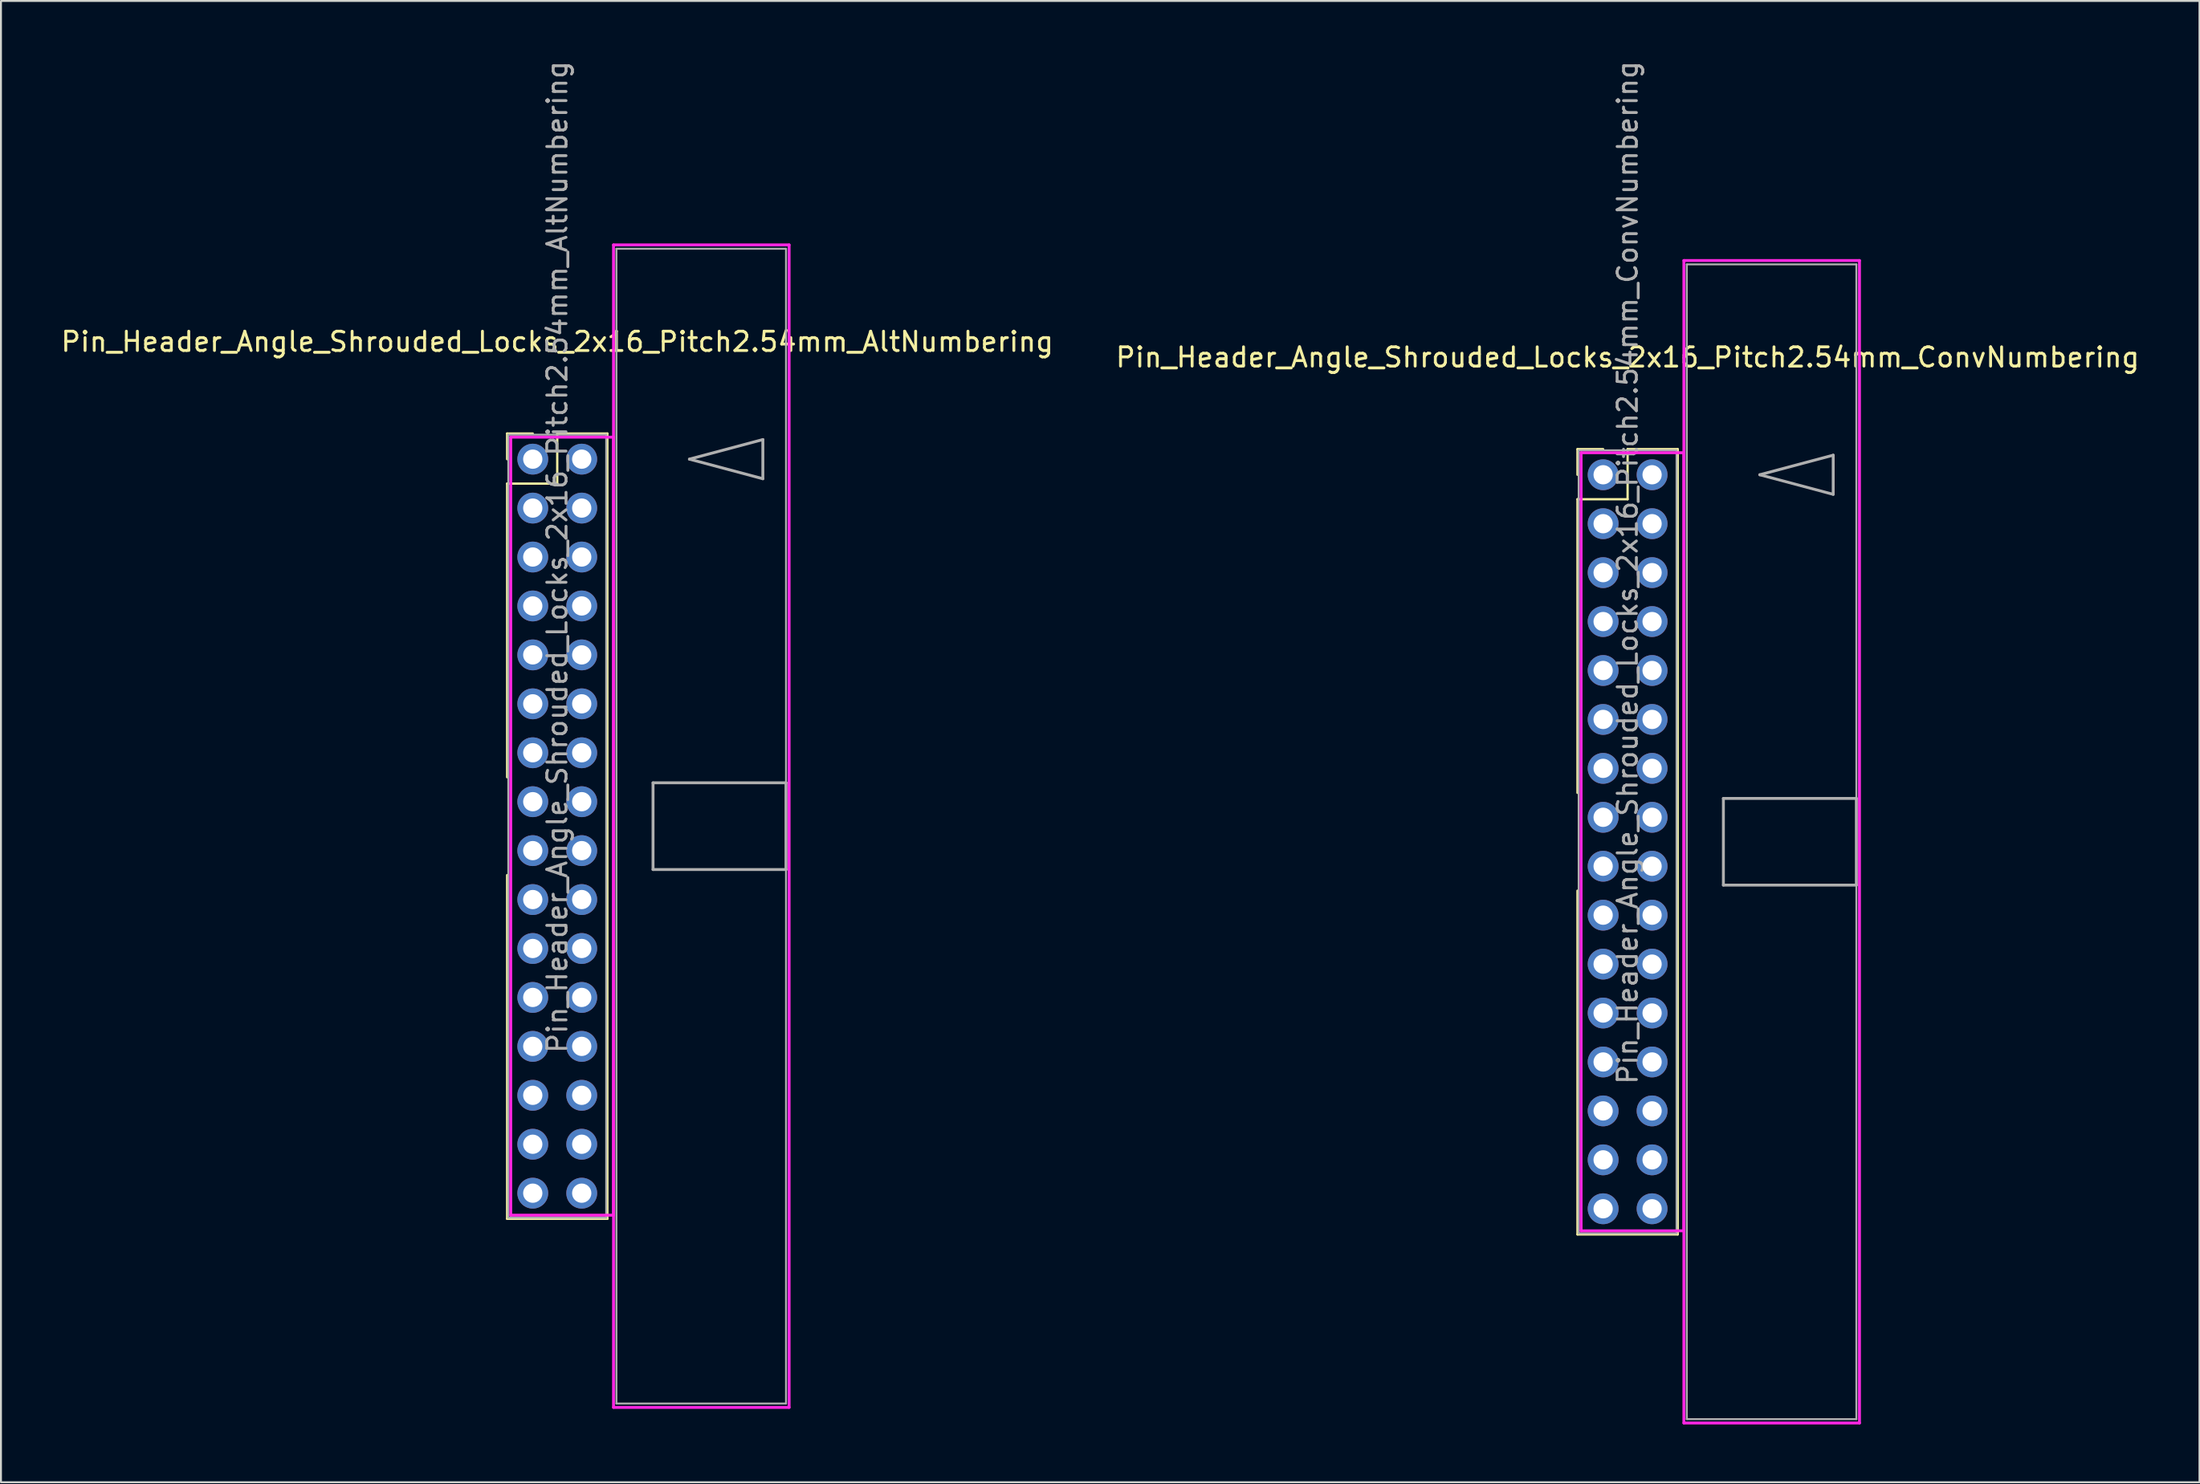
<source format=kicad_pcb>
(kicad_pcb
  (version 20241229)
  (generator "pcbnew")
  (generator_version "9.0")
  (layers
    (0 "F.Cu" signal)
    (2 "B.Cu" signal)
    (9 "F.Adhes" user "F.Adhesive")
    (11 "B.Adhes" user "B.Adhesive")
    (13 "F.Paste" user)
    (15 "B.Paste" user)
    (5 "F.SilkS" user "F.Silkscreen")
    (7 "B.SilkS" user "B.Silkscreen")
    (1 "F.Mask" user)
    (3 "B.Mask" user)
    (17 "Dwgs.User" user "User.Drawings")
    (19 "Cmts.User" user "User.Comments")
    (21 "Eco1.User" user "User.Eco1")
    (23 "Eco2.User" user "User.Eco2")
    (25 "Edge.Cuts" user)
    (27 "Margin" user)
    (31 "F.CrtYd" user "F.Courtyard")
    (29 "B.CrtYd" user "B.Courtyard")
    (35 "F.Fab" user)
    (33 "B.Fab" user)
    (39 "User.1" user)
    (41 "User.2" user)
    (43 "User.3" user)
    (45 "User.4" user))
  (footprint "Pin_Header_Angle_Shrouded_Locks_2x16_Pitch2.54mm_ConvNumbering"
    (layer "F.Cu")
    (at 80.129 21.593)
    (property "Reference" "Pin_Header_Angle_Shrouded_Locks_2x16_Pitch2.54mm_ConvNumbering" (at 1.27 -6.096 0) (layer "F.SilkS") (effects (font (size 1 1) (thickness 0.15))))
    (attr through_hole)
    (fp_line (start -1.33 -1.33) (end 0 -1.33) (stroke (width 0.12) (type solid)) (layer "F.SilkS"))
    (fp_line (start -1.33 0) (end -1.33 -1.33) (stroke (width 0.12) (type solid)) (layer "F.SilkS"))
    (fp_line (start -1.33 1.27) (end -1.33 16.51) (stroke (width 0.12) (type solid)) (layer "F.SilkS"))
    (fp_line (start -1.33 1.27) (end 1.27 1.27) (stroke (width 0.12) (type solid)) (layer "F.SilkS"))
    (fp_line (start -1.33 21.59) (end -1.33 39.43) (stroke (width 0.12) (type solid)) (layer "F.SilkS"))
    (fp_line (start -1.33 39.43) (end 3.87 39.43) (stroke (width 0.12) (type solid)) (layer "F.SilkS"))
    (fp_line (start 1.27 -1.33) (end 3.87 -1.33) (stroke (width 0.12) (type solid)) (layer "F.SilkS"))
    (fp_line (start 1.27 1.27) (end 1.27 -1.33) (stroke (width 0.12) (type solid)) (layer "F.SilkS"))
    (fp_line (start 3.87 -1.33) (end 3.87 39.43) (stroke (width 0.12) (type solid)) (layer "F.SilkS"))
    (fp_line (start -1.143 -1.143) (end -1.143 39.243) (stroke (width 0.15) (type solid)) (layer "F.CrtYd"))
    (fp_line (start -1.143 39.243) (end 4.19 39.243) (stroke (width 0.15) (type solid)) (layer "F.CrtYd"))
    (fp_line (start 4.19 -11.12) (end 4.19 49.22) (stroke (width 0.15) (type solid)) (layer "F.CrtYd"))
    (fp_line (start 4.19 -1.143) (end -1.143 -1.143) (stroke (width 0.15) (type solid)) (layer "F.CrtYd"))
    (fp_line (start 4.19 39.243) (end 4.19 -1.143) (stroke (width 0.15) (type solid)) (layer "F.CrtYd"))
    (fp_line (start 4.19 49.22) (end 13.3 49.22) (stroke (width 0.15) (type solid)) (layer "F.CrtYd"))
    (fp_line (start 13.3 -11.12) (end 4.19 -11.12) (stroke (width 0.15) (type solid)) (layer "F.CrtYd"))
    (fp_line (start 13.3 49.22) (end 13.3 -11.12) (stroke (width 0.15) (type solid)) (layer "F.CrtYd"))
    (fp_line (start -1.27 -1.27) (end -1.27 39.37) (stroke (width 0.1) (type solid)) (layer "F.Fab"))
    (fp_line (start -1.27 39.37) (end 3.81 39.37) (stroke (width 0.1) (type solid)) (layer "F.Fab"))
    (fp_line (start 3.81 -1.27) (end -1.27 -1.27) (stroke (width 0.1) (type solid)) (layer "F.Fab"))
    (fp_line (start 3.81 39.37) (end 3.81 -1.27) (stroke (width 0.1) (type solid)) (layer "F.Fab"))
    (fp_line (start 4.34 -10.92) (end 4.34 49.02) (stroke (width 0.1) (type solid)) (layer "F.Fab"))
    (fp_line (start 4.34 49.02) (end 13.14 49.02) (stroke (width 0.1) (type solid)) (layer "F.Fab"))
    (fp_line (start 6.24 16.8) (end 6.24 21.3) (stroke (width 0.15) (type solid)) (layer "F.Fab"))
    (fp_line (start 6.24 21.3) (end 13.14 21.3) (stroke (width 0.15) (type solid)) (layer "F.Fab"))
    (fp_line (start 8.128 0) (end 11.938 -1.016) (stroke (width 0.15) (type solid)) (layer "F.Fab"))
    (fp_line (start 11.938 -1.016) (end 11.938 1.016) (stroke (width 0.15) (type solid)) (layer "F.Fab"))
    (fp_line (start 11.938 1.016) (end 8.128 0) (stroke (width 0.15) (type solid)) (layer "F.Fab"))
    (fp_line (start 13.14 -10.92) (end 4.34 -10.92) (stroke (width 0.1) (type solid)) (layer "F.Fab"))
    (fp_line (start 13.14 16.8) (end 6.24 16.8) (stroke (width 0.15) (type solid)) (layer "F.Fab"))
    (fp_line (start 13.14 21.3) (end 13.14 16.8) (stroke (width 0.15) (type solid)) (layer "F.Fab"))
    (fp_line (start 13.14 49.02) (end 13.14 -10.92) (stroke (width 0.1) (type solid)) (layer "F.Fab"))
    (fp_text user "${REFERENCE}" (at 1.27 5.08 90) (layer "F.Fab") (effects (font (size 1 1) (thickness 0.15))))
    (pad "1" thru_hole oval (at 0 0) (size 1.6 1.6) (drill 1) (layers "*.Cu" "*.Mask"))
    (pad "2" thru_hole oval (at 2.54 0) (size 1.6 1.6) (drill 1) (layers "*.Cu" "*.Mask"))
    (pad "3" thru_hole oval (at 0 2.54) (size 1.6 1.6) (drill 1) (layers "*.Cu" "*.Mask"))
    (pad "4" thru_hole oval (at 2.54 2.54) (size 1.6 1.6) (drill 1) (layers "*.Cu" "*.Mask"))
    (pad "5" thru_hole oval (at 0 5.08) (size 1.6 1.6) (drill 1) (layers "*.Cu" "*.Mask"))
    (pad "6" thru_hole oval (at 2.54 5.08) (size 1.6 1.6) (drill 1) (layers "*.Cu" "*.Mask"))
    (pad "7" thru_hole oval (at 0 7.62) (size 1.6 1.6) (drill 1) (layers "*.Cu" "*.Mask"))
    (pad "8" thru_hole oval (at 2.54 7.62) (size 1.6 1.6) (drill 1) (layers "*.Cu" "*.Mask"))
    (pad "9" thru_hole oval (at 0 10.16) (size 1.6 1.6) (drill 1) (layers "*.Cu" "*.Mask"))
    (pad "10" thru_hole oval (at 2.54 10.16) (size 1.6 1.6) (drill 1) (layers "*.Cu" "*.Mask"))
    (pad "11" thru_hole oval (at 0 12.7) (size 1.6 1.6) (drill 1) (layers "*.Cu" "*.Mask"))
    (pad "12" thru_hole oval (at 2.54 12.7) (size 1.6 1.6) (drill 1) (layers "*.Cu" "*.Mask"))
    (pad "13" thru_hole oval (at 0 15.24) (size 1.6 1.6) (drill 1) (layers "*.Cu" "*.Mask"))
    (pad "14" thru_hole oval (at 2.54 15.24) (size 1.6 1.6) (drill 1) (layers "*.Cu" "*.Mask"))
    (pad "15" thru_hole oval (at 0 17.78) (size 1.6 1.6) (drill 1) (layers "*.Cu" "*.Mask"))
    (pad "16" thru_hole oval (at 2.54 17.78) (size 1.6 1.6) (drill 1) (layers "*.Cu" "*.Mask"))
    (pad "17" thru_hole oval (at 0 20.32) (size 1.6 1.6) (drill 1) (layers "*.Cu" "*.Mask"))
    (pad "18" thru_hole oval (at 2.54 20.32) (size 1.6 1.6) (drill 1) (layers "*.Cu" "*.Mask"))
    (pad "19" thru_hole oval (at 0 22.86) (size 1.6 1.6) (drill 1) (layers "*.Cu" "*.Mask"))
    (pad "20" thru_hole oval (at 2.54 22.86) (size 1.6 1.6) (drill 1) (layers "*.Cu" "*.Mask"))
    (pad "21" thru_hole oval (at 0 25.4) (size 1.6 1.6) (drill 1) (layers "*.Cu" "*.Mask"))
    (pad "22" thru_hole oval (at 2.54 25.4) (size 1.6 1.6) (drill 1) (layers "*.Cu" "*.Mask"))
    (pad "23" thru_hole oval (at 0 27.94) (size 1.6 1.6) (drill 1) (layers "*.Cu" "*.Mask"))
    (pad "24" thru_hole oval (at 2.54 27.94) (size 1.6 1.6) (drill 1) (layers "*.Cu" "*.Mask"))
    (pad "25" thru_hole oval (at 0 30.48) (size 1.6 1.6) (drill 1) (layers "*.Cu" "*.Mask"))
    (pad "26" thru_hole oval (at 2.54 30.48) (size 1.6 1.6) (drill 1) (layers "*.Cu" "*.Mask"))
    (pad "27" thru_hole oval (at 0 33.02) (size 1.6 1.6) (drill 1) (layers "*.Cu" "*.Mask"))
    (pad "28" thru_hole oval (at 2.54 33.02) (size 1.6 1.6) (drill 1) (layers "*.Cu" "*.Mask"))
    (pad "29" thru_hole oval (at 0 35.56) (size 1.6 1.6) (drill 1) (layers "*.Cu" "*.Mask"))
    (pad "30" thru_hole oval (at 2.54 35.56) (size 1.6 1.6) (drill 1) (layers "*.Cu" "*.Mask"))
    (pad "31" thru_hole oval (at 0 38.1) (size 1.6 1.6) (drill 1) (layers "*.Cu" "*.Mask"))
    (pad "32" thru_hole oval (at 2.54 38.1) (size 1.6 1.6) (drill 1) (layers "*.Cu" "*.Mask")))
  (footprint "Pin_Header_Angle_Shrouded_Locks_2x16_Pitch2.54mm_AltNumbering"
    (layer "F.Cu")
    (at 24.593 20.783)
    (property "Reference" "Pin_Header_Angle_Shrouded_Locks_2x16_Pitch2.54mm_AltNumbering" (at 1.27 -6.096 0) (layer "F.SilkS") (effects (font (size 1 1) (thickness 0.15))))
    (attr through_hole)
    (fp_line (start -1.33 -1.33) (end 0 -1.33) (stroke (width 0.12) (type solid)) (layer "F.SilkS"))
    (fp_line (start -1.33 0) (end -1.33 -1.33) (stroke (width 0.12) (type solid)) (layer "F.SilkS"))
    (fp_line (start -1.33 1.27) (end -1.33 16.51) (stroke (width 0.12) (type solid)) (layer "F.SilkS"))
    (fp_line (start -1.33 1.27) (end 1.27 1.27) (stroke (width 0.12) (type solid)) (layer "F.SilkS"))
    (fp_line (start -1.33 21.59) (end -1.33 39.43) (stroke (width 0.12) (type solid)) (layer "F.SilkS"))
    (fp_line (start -1.33 39.43) (end 3.87 39.43) (stroke (width 0.12) (type solid)) (layer "F.SilkS"))
    (fp_line (start 1.27 -1.33) (end 3.87 -1.33) (stroke (width 0.12) (type solid)) (layer "F.SilkS"))
    (fp_line (start 1.27 1.27) (end 1.27 -1.33) (stroke (width 0.12) (type solid)) (layer "F.SilkS"))
    (fp_line (start 3.87 -1.33) (end 3.87 39.43) (stroke (width 0.12) (type solid)) (layer "F.SilkS"))
    (fp_line (start -1.143 -1.143) (end -1.143 39.243) (stroke (width 0.15) (type solid)) (layer "F.CrtYd"))
    (fp_line (start -1.143 39.243) (end 4.19 39.243) (stroke (width 0.15) (type solid)) (layer "F.CrtYd"))
    (fp_line (start 4.19 -11.12) (end 4.19 49.22) (stroke (width 0.15) (type solid)) (layer "F.CrtYd"))
    (fp_line (start 4.19 -1.143) (end -1.143 -1.143) (stroke (width 0.15) (type solid)) (layer "F.CrtYd"))
    (fp_line (start 4.19 39.243) (end 4.19 -1.143) (stroke (width 0.15) (type solid)) (layer "F.CrtYd"))
    (fp_line (start 4.19 49.22) (end 13.3 49.22) (stroke (width 0.15) (type solid)) (layer "F.CrtYd"))
    (fp_line (start 13.3 -11.12) (end 4.19 -11.12) (stroke (width 0.15) (type solid)) (layer "F.CrtYd"))
    (fp_line (start 13.3 49.22) (end 13.3 -11.12) (stroke (width 0.15) (type solid)) (layer "F.CrtYd"))
    (fp_line (start -1.27 -1.27) (end -1.27 39.37) (stroke (width 0.1) (type solid)) (layer "F.Fab"))
    (fp_line (start -1.27 39.37) (end 3.81 39.37) (stroke (width 0.1) (type solid)) (layer "F.Fab"))
    (fp_line (start 3.81 -1.27) (end -1.27 -1.27) (stroke (width 0.1) (type solid)) (layer "F.Fab"))
    (fp_line (start 3.81 39.37) (end 3.81 -1.27) (stroke (width 0.1) (type solid)) (layer "F.Fab"))
    (fp_line (start 4.34 -10.92) (end 4.34 49.02) (stroke (width 0.1) (type solid)) (layer "F.Fab"))
    (fp_line (start 4.34 49.02) (end 13.14 49.02) (stroke (width 0.1) (type solid)) (layer "F.Fab"))
    (fp_line (start 6.24 16.8) (end 6.24 21.3) (stroke (width 0.15) (type solid)) (layer "F.Fab"))
    (fp_line (start 6.24 21.3) (end 13.14 21.3) (stroke (width 0.15) (type solid)) (layer "F.Fab"))
    (fp_line (start 8.128 0) (end 11.938 -1.016) (stroke (width 0.15) (type solid)) (layer "F.Fab"))
    (fp_line (start 11.938 -1.016) (end 11.938 1.016) (stroke (width 0.15) (type solid)) (layer "F.Fab"))
    (fp_line (start 11.938 1.016) (end 8.128 0) (stroke (width 0.15) (type solid)) (layer "F.Fab"))
    (fp_line (start 13.14 -10.92) (end 4.34 -10.92) (stroke (width 0.1) (type solid)) (layer "F.Fab"))
    (fp_line (start 13.14 16.8) (end 6.24 16.8) (stroke (width 0.15) (type solid)) (layer "F.Fab"))
    (fp_line (start 13.14 21.3) (end 13.14 16.8) (stroke (width 0.15) (type solid)) (layer "F.Fab"))
    (fp_line (start 13.14 49.02) (end 13.14 -10.92) (stroke (width 0.1) (type solid)) (layer "F.Fab"))
    (fp_text user "${REFERENCE}" (at 1.27 5.08 90) (layer "F.Fab") (effects (font (size 1 1) (thickness 0.15))))
    (pad "1" thru_hole oval (at 0 0) (size 1.6 1.6) (drill 1) (layers "*.Cu" "*.Mask"))
    (pad "2" thru_hole oval (at 0 2.54) (size 1.6 1.6) (drill 1) (layers "*.Cu" "*.Mask"))
    (pad "3" thru_hole oval (at 0 5.08) (size 1.6 1.6) (drill 1) (layers "*.Cu" "*.Mask"))
    (pad "4" thru_hole oval (at 0 7.62) (size 1.6 1.6) (drill 1) (layers "*.Cu" "*.Mask"))
    (pad "5" thru_hole oval (at 0 10.16) (size 1.6 1.6) (drill 1) (layers "*.Cu" "*.Mask"))
    (pad "6" thru_hole oval (at 0 12.7) (size 1.6 1.6) (drill 1) (layers "*.Cu" "*.Mask"))
    (pad "7" thru_hole oval (at 0 15.24) (size 1.6 1.6) (drill 1) (layers "*.Cu" "*.Mask"))
    (pad "8" thru_hole oval (at 0 17.78) (size 1.6 1.6) (drill 1) (layers "*.Cu" "*.Mask"))
    (pad "9" thru_hole oval (at 0 20.32) (size 1.6 1.6) (drill 1) (layers "*.Cu" "*.Mask"))
    (pad "10" thru_hole oval (at 0 22.86) (size 1.6 1.6) (drill 1) (layers "*.Cu" "*.Mask"))
    (pad "11" thru_hole oval (at 0 25.4) (size 1.6 1.6) (drill 1) (layers "*.Cu" "*.Mask"))
    (pad "12" thru_hole oval (at 0 27.94) (size 1.6 1.6) (drill 1) (layers "*.Cu" "*.Mask"))
    (pad "13" thru_hole oval (at 0 30.48) (size 1.6 1.6) (drill 1) (layers "*.Cu" "*.Mask"))
    (pad "14" thru_hole oval (at 0 33.02) (size 1.6 1.6) (drill 1) (layers "*.Cu" "*.Mask"))
    (pad "15" thru_hole oval (at 0 35.56) (size 1.6 1.6) (drill 1) (layers "*.Cu" "*.Mask"))
    (pad "16" thru_hole oval (at 0 38.1) (size 1.6 1.6) (drill 1) (layers "*.Cu" "*.Mask"))
    (pad "17" thru_hole oval (at 2.54 0) (size 1.6 1.6) (drill 1) (layers "*.Cu" "*.Mask"))
    (pad "18" thru_hole oval (at 2.54 2.54) (size 1.6 1.6) (drill 1) (layers "*.Cu" "*.Mask"))
    (pad "19" thru_hole oval (at 2.54 5.08) (size 1.6 1.6) (drill 1) (layers "*.Cu" "*.Mask"))
    (pad "20" thru_hole oval (at 2.54 7.62) (size 1.6 1.6) (drill 1) (layers "*.Cu" "*.Mask"))
    (pad "21" thru_hole oval (at 2.54 10.16) (size 1.6 1.6) (drill 1) (layers "*.Cu" "*.Mask"))
    (pad "22" thru_hole oval (at 2.54 12.7) (size 1.6 1.6) (drill 1) (layers "*.Cu" "*.Mask"))
    (pad "23" thru_hole oval (at 2.54 15.24) (size 1.6 1.6) (drill 1) (layers "*.Cu" "*.Mask"))
    (pad "24" thru_hole oval (at 2.54 17.78) (size 1.6 1.6) (drill 1) (layers "*.Cu" "*.Mask"))
    (pad "25" thru_hole oval (at 2.54 20.32) (size 1.6 1.6) (drill 1) (layers "*.Cu" "*.Mask"))
    (pad "26" thru_hole oval (at 2.54 22.86) (size 1.6 1.6) (drill 1) (layers "*.Cu" "*.Mask"))
    (pad "27" thru_hole oval (at 2.54 25.4) (size 1.6 1.6) (drill 1) (layers "*.Cu" "*.Mask"))
    (pad "28" thru_hole oval (at 2.54 27.94) (size 1.6 1.6) (drill 1) (layers "*.Cu" "*.Mask"))
    (pad "29" thru_hole oval (at 2.54 30.48) (size 1.6 1.6) (drill 1) (layers "*.Cu" "*.Mask"))
    (pad "30" thru_hole oval (at 2.54 33.02) (size 1.6 1.6) (drill 1) (layers "*.Cu" "*.Mask"))
    (pad "31" thru_hole oval (at 2.54 35.56) (size 1.6 1.6) (drill 1) (layers "*.Cu" "*.Mask"))
    (pad "32" thru_hole oval (at 2.54 38.1) (size 1.6 1.6) (drill 1) (layers "*.Cu" "*.Mask")))
  (gr_rect
    (start -3 -3)
    (end 111.071 73.888)
    (stroke (width 0.1) (type default))
    (fill no)
    (layer "Edge.Cuts")))
</source>
